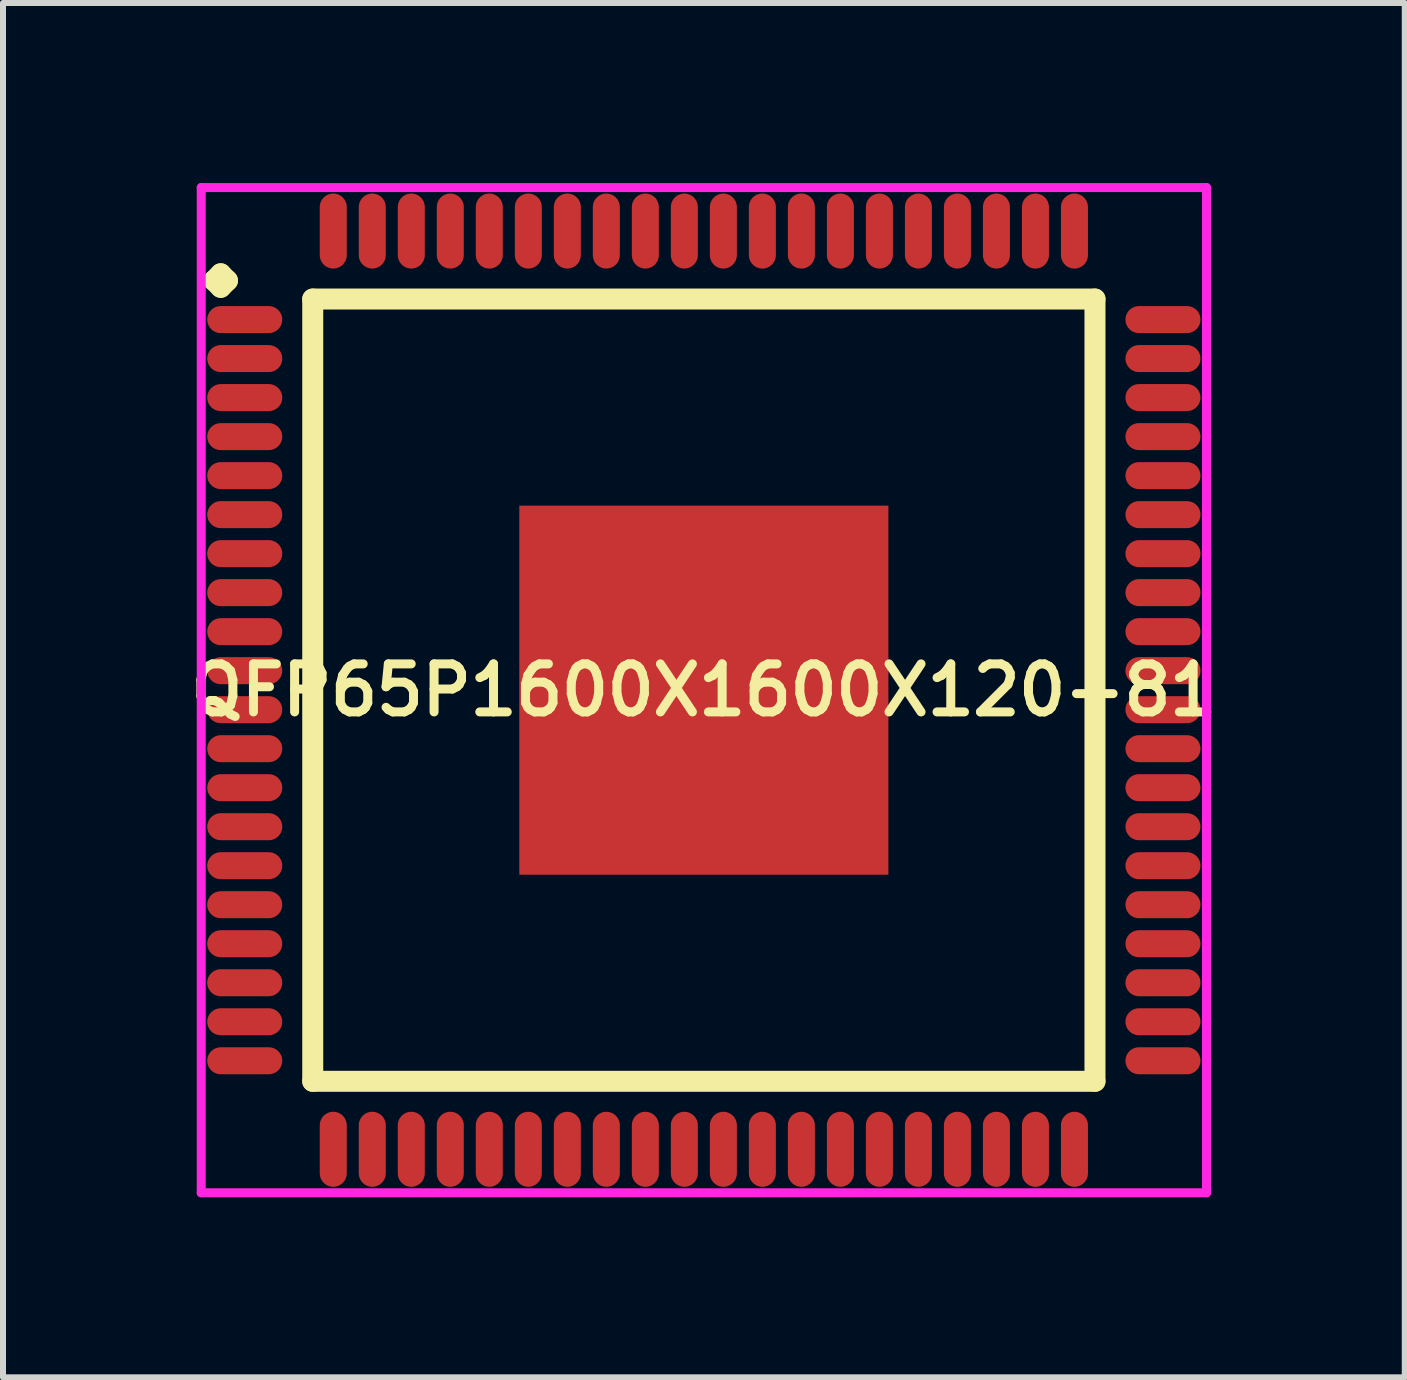
<source format=kicad_pcb>
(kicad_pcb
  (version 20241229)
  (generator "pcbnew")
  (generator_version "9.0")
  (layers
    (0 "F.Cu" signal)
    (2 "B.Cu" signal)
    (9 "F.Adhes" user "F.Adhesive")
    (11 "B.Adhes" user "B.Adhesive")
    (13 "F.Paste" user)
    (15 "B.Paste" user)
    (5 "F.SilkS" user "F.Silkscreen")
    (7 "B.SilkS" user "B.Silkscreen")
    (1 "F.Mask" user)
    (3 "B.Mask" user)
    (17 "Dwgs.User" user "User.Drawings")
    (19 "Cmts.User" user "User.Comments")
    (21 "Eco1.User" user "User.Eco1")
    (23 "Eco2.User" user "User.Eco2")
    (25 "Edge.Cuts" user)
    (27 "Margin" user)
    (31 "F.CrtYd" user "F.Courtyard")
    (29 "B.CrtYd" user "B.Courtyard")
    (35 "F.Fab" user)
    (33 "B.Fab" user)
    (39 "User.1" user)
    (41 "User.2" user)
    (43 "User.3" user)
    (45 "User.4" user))
  (footprint "QFP65P1600X1600X120-81"
    (layer "F.Cu")
    (at 8.678 8.45)
    (property "Reference" "QFP65P1600X1600X120-81" (at 0 0 0) (layer "F.SilkS") (effects (font (size 0.8 0.8) (thickness 0.15))))
    (attr through_hole)
    (fp_line (start -8.162 -6.825) (end -8.05 -6.938) (stroke (width 0.35) (type solid)) (layer "F.SilkS"))
    (fp_line (start -8.05 -6.938) (end -7.938 -6.825) (stroke (width 0.35) (type solid)) (layer "F.SilkS"))
    (fp_line (start -8.05 -6.713) (end -8.162 -6.825) (stroke (width 0.35) (type solid)) (layer "F.SilkS"))
    (fp_line (start -7.938 -6.825) (end -8.05 -6.713) (stroke (width 0.35) (type solid)) (layer "F.SilkS"))
    (fp_line (start -6.517 -6.517) (end -6.517 6.517) (stroke (width 0.35) (type solid)) (layer "F.SilkS"))
    (fp_line (start -6.517 6.517) (end 6.517 6.517) (stroke (width 0.35) (type solid)) (layer "F.SilkS"))
    (fp_line (start 6.517 -6.517) (end -6.517 -6.517) (stroke (width 0.35) (type solid)) (layer "F.SilkS"))
    (fp_line (start 6.517 6.517) (end 6.517 -6.517) (stroke (width 0.35) (type solid)) (layer "F.SilkS"))
    (fp_line (start -8.375 -8.375) (end 8.375 -8.375) (stroke (width 0.15) (type solid)) (layer "F.CrtYd"))
    (fp_line (start -8.375 8.375) (end -8.375 -8.375) (stroke (width 0.15) (type solid)) (layer "F.CrtYd"))
    (fp_line (start 8.375 -8.375) (end 8.375 8.375) (stroke (width 0.15) (type solid)) (layer "F.CrtYd"))
    (fp_line (start 8.375 8.375) (end -8.375 8.375) (stroke (width 0.15) (type solid)) (layer "F.CrtYd"))
    (pad "1" smd oval (at -7.65 -6.175) (size 1.25 0.45) (layers "F.Cu" "F.Mask" "F.Paste"))
    (pad "2" smd oval (at -7.65 -5.525) (size 1.25 0.45) (layers "F.Cu" "F.Mask" "F.Paste"))
    (pad "3" smd oval (at -7.65 -4.875) (size 1.25 0.45) (layers "F.Cu" "F.Mask" "F.Paste"))
    (pad "4" smd oval (at -7.65 -4.225) (size 1.25 0.45) (layers "F.Cu" "F.Mask" "F.Paste"))
    (pad "5" smd oval (at -7.65 -3.575) (size 1.25 0.45) (layers "F.Cu" "F.Mask" "F.Paste"))
    (pad "6" smd oval (at -7.65 -2.925) (size 1.25 0.45) (layers "F.Cu" "F.Mask" "F.Paste"))
    (pad "7" smd oval (at -7.65 -2.275) (size 1.25 0.45) (layers "F.Cu" "F.Mask" "F.Paste"))
    (pad "8" smd oval (at -7.65 -1.625) (size 1.25 0.45) (layers "F.Cu" "F.Mask" "F.Paste"))
    (pad "9" smd oval (at -7.65 -0.975) (size 1.25 0.45) (layers "F.Cu" "F.Mask" "F.Paste"))
    (pad "10" smd oval (at -7.65 -0.325) (size 1.25 0.45) (layers "F.Cu" "F.Mask" "F.Paste"))
    (pad "11" smd oval (at -7.65 0.325) (size 1.25 0.45) (layers "F.Cu" "F.Mask" "F.Paste"))
    (pad "12" smd oval (at -7.65 0.975) (size 1.25 0.45) (layers "F.Cu" "F.Mask" "F.Paste"))
    (pad "13" smd oval (at -7.65 1.625) (size 1.25 0.45) (layers "F.Cu" "F.Mask" "F.Paste"))
    (pad "14" smd oval (at -7.65 2.275) (size 1.25 0.45) (layers "F.Cu" "F.Mask" "F.Paste"))
    (pad "15" smd oval (at -7.65 2.925) (size 1.25 0.45) (layers "F.Cu" "F.Mask" "F.Paste"))
    (pad "16" smd oval (at -7.65 3.575) (size 1.25 0.45) (layers "F.Cu" "F.Mask" "F.Paste"))
    (pad "17" smd oval (at -7.65 4.225) (size 1.25 0.45) (layers "F.Cu" "F.Mask" "F.Paste"))
    (pad "18" smd oval (at -7.65 4.875) (size 1.25 0.45) (layers "F.Cu" "F.Mask" "F.Paste"))
    (pad "19" smd oval (at -7.65 5.525) (size 1.25 0.45) (layers "F.Cu" "F.Mask" "F.Paste"))
    (pad "20" smd oval (at -7.65 6.175) (size 1.25 0.45) (layers "F.Cu" "F.Mask" "F.Paste"))
    (pad "21" smd oval (at -6.175 7.65) (size 0.45 1.25) (layers "F.Cu" "F.Mask" "F.Paste"))
    (pad "22" smd oval (at -5.525 7.65) (size 0.45 1.25) (layers "F.Cu" "F.Mask" "F.Paste"))
    (pad "23" smd oval (at -4.875 7.65) (size 0.45 1.25) (layers "F.Cu" "F.Mask" "F.Paste"))
    (pad "24" smd oval (at -4.225 7.65) (size 0.45 1.25) (layers "F.Cu" "F.Mask" "F.Paste"))
    (pad "25" smd oval (at -3.575 7.65) (size 0.45 1.25) (layers "F.Cu" "F.Mask" "F.Paste"))
    (pad "26" smd oval (at -2.925 7.65) (size 0.45 1.25) (layers "F.Cu" "F.Mask" "F.Paste"))
    (pad "27" smd oval (at -2.275 7.65) (size 0.45 1.25) (layers "F.Cu" "F.Mask" "F.Paste"))
    (pad "28" smd oval (at -1.625 7.65) (size 0.45 1.25) (layers "F.Cu" "F.Mask" "F.Paste"))
    (pad "29" smd oval (at -0.975 7.65) (size 0.45 1.25) (layers "F.Cu" "F.Mask" "F.Paste"))
    (pad "30" smd oval (at -0.325 7.65) (size 0.45 1.25) (layers "F.Cu" "F.Mask" "F.Paste"))
    (pad "31" smd oval (at 0.325 7.65) (size 0.45 1.25) (layers "F.Cu" "F.Mask" "F.Paste"))
    (pad "32" smd oval (at 0.975 7.65) (size 0.45 1.25) (layers "F.Cu" "F.Mask" "F.Paste"))
    (pad "33" smd oval (at 1.625 7.65) (size 0.45 1.25) (layers "F.Cu" "F.Mask" "F.Paste"))
    (pad "34" smd oval (at 2.275 7.65) (size 0.45 1.25) (layers "F.Cu" "F.Mask" "F.Paste"))
    (pad "35" smd oval (at 2.925 7.65) (size 0.45 1.25) (layers "F.Cu" "F.Mask" "F.Paste"))
    (pad "36" smd oval (at 3.575 7.65) (size 0.45 1.25) (layers "F.Cu" "F.Mask" "F.Paste"))
    (pad "37" smd oval (at 4.225 7.65) (size 0.45 1.25) (layers "F.Cu" "F.Mask" "F.Paste"))
    (pad "38" smd oval (at 4.875 7.65) (size 0.45 1.25) (layers "F.Cu" "F.Mask" "F.Paste"))
    (pad "39" smd oval (at 5.525 7.65) (size 0.45 1.25) (layers "F.Cu" "F.Mask" "F.Paste"))
    (pad "40" smd oval (at 6.175 7.65) (size 0.45 1.25) (layers "F.Cu" "F.Mask" "F.Paste"))
    (pad "41" smd oval (at 7.65 6.175) (size 1.25 0.45) (layers "F.Cu" "F.Mask" "F.Paste"))
    (pad "42" smd oval (at 7.65 5.525) (size 1.25 0.45) (layers "F.Cu" "F.Mask" "F.Paste"))
    (pad "43" smd oval (at 7.65 4.875) (size 1.25 0.45) (layers "F.Cu" "F.Mask" "F.Paste"))
    (pad "44" smd oval (at 7.65 4.225) (size 1.25 0.45) (layers "F.Cu" "F.Mask" "F.Paste"))
    (pad "45" smd oval (at 7.65 3.575) (size 1.25 0.45) (layers "F.Cu" "F.Mask" "F.Paste"))
    (pad "46" smd oval (at 7.65 2.925) (size 1.25 0.45) (layers "F.Cu" "F.Mask" "F.Paste"))
    (pad "47" smd oval (at 7.65 2.275) (size 1.25 0.45) (layers "F.Cu" "F.Mask" "F.Paste"))
    (pad "48" smd oval (at 7.65 1.625) (size 1.25 0.45) (layers "F.Cu" "F.Mask" "F.Paste"))
    (pad "49" smd oval (at 7.65 0.975) (size 1.25 0.45) (layers "F.Cu" "F.Mask" "F.Paste"))
    (pad "50" smd oval (at 7.65 0.325) (size 1.25 0.45) (layers "F.Cu" "F.Mask" "F.Paste"))
    (pad "51" smd oval (at 7.65 -0.325) (size 1.25 0.45) (layers "F.Cu" "F.Mask" "F.Paste"))
    (pad "52" smd oval (at 7.65 -0.975) (size 1.25 0.45) (layers "F.Cu" "F.Mask" "F.Paste"))
    (pad "53" smd oval (at 7.65 -1.625) (size 1.25 0.45) (layers "F.Cu" "F.Mask" "F.Paste"))
    (pad "54" smd oval (at 7.65 -2.275) (size 1.25 0.45) (layers "F.Cu" "F.Mask" "F.Paste"))
    (pad "55" smd oval (at 7.65 -2.925) (size 1.25 0.45) (layers "F.Cu" "F.Mask" "F.Paste"))
    (pad "56" smd oval (at 7.65 -3.575) (size 1.25 0.45) (layers "F.Cu" "F.Mask" "F.Paste"))
    (pad "57" smd oval (at 7.65 -4.225) (size 1.25 0.45) (layers "F.Cu" "F.Mask" "F.Paste"))
    (pad "58" smd oval (at 7.65 -4.875) (size 1.25 0.45) (layers "F.Cu" "F.Mask" "F.Paste"))
    (pad "59" smd oval (at 7.65 -5.525) (size 1.25 0.45) (layers "F.Cu" "F.Mask" "F.Paste"))
    (pad "60" smd oval (at 7.65 -6.175) (size 1.25 0.45) (layers "F.Cu" "F.Mask" "F.Paste"))
    (pad "61" smd oval (at 6.175 -7.65) (size 0.45 1.25) (layers "F.Cu" "F.Mask" "F.Paste"))
    (pad "62" smd oval (at 5.525 -7.65) (size 0.45 1.25) (layers "F.Cu" "F.Mask" "F.Paste"))
    (pad "63" smd oval (at 4.875 -7.65) (size 0.45 1.25) (layers "F.Cu" "F.Mask" "F.Paste"))
    (pad "64" smd oval (at 4.225 -7.65) (size 0.45 1.25) (layers "F.Cu" "F.Mask" "F.Paste"))
    (pad "65" smd oval (at 3.575 -7.65) (size 0.45 1.25) (layers "F.Cu" "F.Mask" "F.Paste"))
    (pad "66" smd oval (at 2.925 -7.65) (size 0.45 1.25) (layers "F.Cu" "F.Mask" "F.Paste"))
    (pad "67" smd oval (at 2.275 -7.65) (size 0.45 1.25) (layers "F.Cu" "F.Mask" "F.Paste"))
    (pad "68" smd oval (at 1.625 -7.65) (size 0.45 1.25) (layers "F.Cu" "F.Mask" "F.Paste"))
    (pad "69" smd oval (at 0.975 -7.65) (size 0.45 1.25) (layers "F.Cu" "F.Mask" "F.Paste"))
    (pad "70" smd oval (at 0.325 -7.65) (size 0.45 1.25) (layers "F.Cu" "F.Mask" "F.Paste"))
    (pad "71" smd oval (at -0.325 -7.65) (size 0.45 1.25) (layers "F.Cu" "F.Mask" "F.Paste"))
    (pad "72" smd oval (at -0.975 -7.65) (size 0.45 1.25) (layers "F.Cu" "F.Mask" "F.Paste"))
    (pad "73" smd oval (at -1.625 -7.65) (size 0.45 1.25) (layers "F.Cu" "F.Mask" "F.Paste"))
    (pad "74" smd oval (at -2.275 -7.65) (size 0.45 1.25) (layers "F.Cu" "F.Mask" "F.Paste"))
    (pad "75" smd oval (at -2.925 -7.65) (size 0.45 1.25) (layers "F.Cu" "F.Mask" "F.Paste"))
    (pad "76" smd oval (at -3.575 -7.65) (size 0.45 1.25) (layers "F.Cu" "F.Mask" "F.Paste"))
    (pad "77" smd oval (at -4.225 -7.65) (size 0.45 1.25) (layers "F.Cu" "F.Mask" "F.Paste"))
    (pad "78" smd oval (at -4.875 -7.65) (size 0.45 1.25) (layers "F.Cu" "F.Mask" "F.Paste"))
    (pad "79" smd oval (at -5.525 -7.65) (size 0.45 1.25) (layers "F.Cu" "F.Mask" "F.Paste"))
    (pad "80" smd oval (at -6.175 -7.65) (size 0.45 1.25) (layers "F.Cu" "F.Mask" "F.Paste"))
    (pad "81" smd rect (at 0 0) (size 6.15 6.15) (layers "F.Cu" "F.Mask" "F.Paste")))
  (gr_rect
    (start -3 -3)
    (end 20.357 19.9)
    (stroke (width 0.1) (type default))
    (fill no)
    (layer "Edge.Cuts")))
</source>
